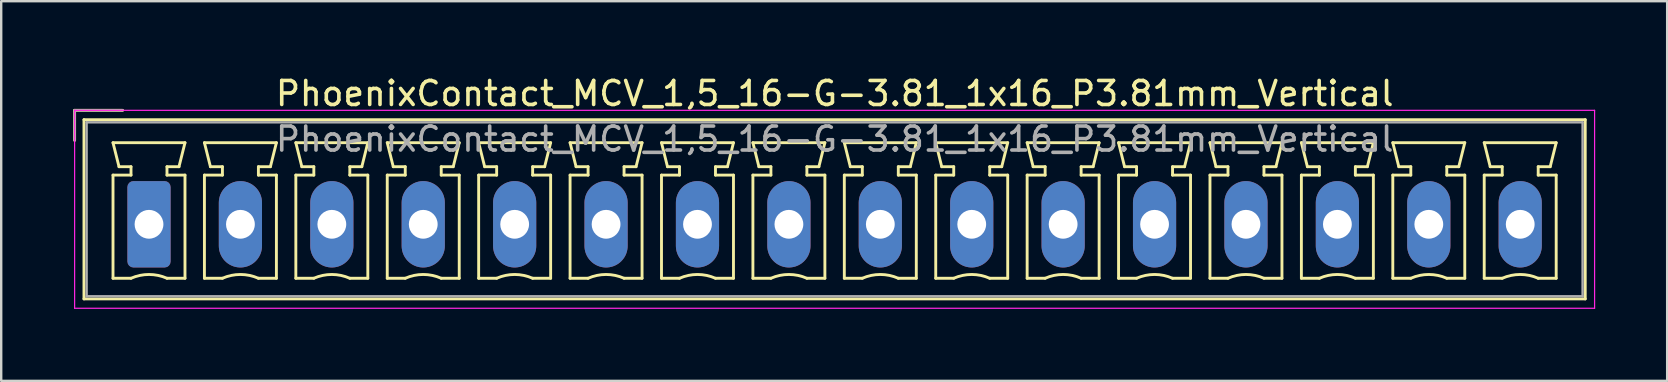
<source format=kicad_pcb>
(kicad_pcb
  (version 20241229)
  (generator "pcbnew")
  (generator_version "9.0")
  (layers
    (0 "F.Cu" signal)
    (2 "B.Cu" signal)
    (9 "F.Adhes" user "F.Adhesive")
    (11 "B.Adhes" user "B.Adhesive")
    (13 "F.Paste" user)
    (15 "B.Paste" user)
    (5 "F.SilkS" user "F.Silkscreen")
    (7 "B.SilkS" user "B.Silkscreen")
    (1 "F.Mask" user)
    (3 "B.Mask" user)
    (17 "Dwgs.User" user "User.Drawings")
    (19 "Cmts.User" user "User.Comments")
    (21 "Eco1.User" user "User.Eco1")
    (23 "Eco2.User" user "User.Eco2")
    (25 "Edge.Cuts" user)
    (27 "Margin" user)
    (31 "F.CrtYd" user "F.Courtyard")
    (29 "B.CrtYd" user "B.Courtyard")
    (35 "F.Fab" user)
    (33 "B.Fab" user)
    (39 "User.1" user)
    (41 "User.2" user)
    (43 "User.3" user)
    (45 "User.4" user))
  (footprint "PhoenixContact_MCV_1,5_16-G-3.81_1x16_P3.81mm_Vertical"
    (layer "F.Cu")
    (at 3.16 6.298)
    (property "Reference" "PhoenixContact_MCV_1,5_16-G-3.81_1x16_P3.81mm_Vertical" (at 28.58 -5.45 0) (layer "F.SilkS") (effects (font (size 1 1) (thickness 0.15))))
    (attr through_hole)
    (fp_line (start -3.1 -4.75) (end -1.1 -4.75) (stroke (width 0.12) (type solid)) (layer "F.SilkS"))
    (fp_line (start -3.1 -3.5) (end -3.1 -4.75) (stroke (width 0.12) (type solid)) (layer "F.SilkS"))
    (fp_line (start -2.71 -4.36) (end -2.71 3.11) (stroke (width 0.12) (type solid)) (layer "F.SilkS"))
    (fp_line (start -2.71 3.11) (end 59.86 3.11) (stroke (width 0.12) (type solid)) (layer "F.SilkS"))
    (fp_line (start -1.5 -3.4) (end 1.5 -3.4) (stroke (width 0.12) (type solid)) (layer "F.SilkS"))
    (fp_line (start -1.5 -2.05) (end -0.75 -2.05) (stroke (width 0.12) (type solid)) (layer "F.SilkS"))
    (fp_line (start -1.5 2.25) (end -1.5 -2.05) (stroke (width 0.12) (type solid)) (layer "F.SilkS"))
    (fp_line (start -1.25 -2.4) (end -1.5 -3.4) (stroke (width 0.12) (type solid)) (layer "F.SilkS"))
    (fp_line (start -0.75 -2.4) (end -1.25 -2.4) (stroke (width 0.12) (type solid)) (layer "F.SilkS"))
    (fp_line (start -0.75 -2.05) (end -0.75 -2.4) (stroke (width 0.12) (type solid)) (layer "F.SilkS"))
    (fp_line (start -0.75 2.25) (end -1.5 2.25) (stroke (width 0.12) (type solid)) (layer "F.SilkS"))
    (fp_line (start 0.75 -2.4) (end 0.75 -2.05) (stroke (width 0.12) (type solid)) (layer "F.SilkS"))
    (fp_line (start 0.75 -2.05) (end 1.5 -2.05) (stroke (width 0.12) (type solid)) (layer "F.SilkS"))
    (fp_line (start 1.25 -2.4) (end 0.75 -2.4) (stroke (width 0.12) (type solid)) (layer "F.SilkS"))
    (fp_line (start 1.5 -3.4) (end 1.25 -2.4) (stroke (width 0.12) (type solid)) (layer "F.SilkS"))
    (fp_line (start 1.5 -2.05) (end 1.5 2.25) (stroke (width 0.12) (type solid)) (layer "F.SilkS"))
    (fp_line (start 1.5 2.25) (end 0.75 2.25) (stroke (width 0.12) (type solid)) (layer "F.SilkS"))
    (fp_line (start 2.31 -3.4) (end 5.31 -3.4) (stroke (width 0.12) (type solid)) (layer "F.SilkS"))
    (fp_line (start 2.31 -2.05) (end 3.06 -2.05) (stroke (width 0.12) (type solid)) (layer "F.SilkS"))
    (fp_line (start 2.31 2.25) (end 2.31 -2.05) (stroke (width 0.12) (type solid)) (layer "F.SilkS"))
    (fp_line (start 2.56 -2.4) (end 2.31 -3.4) (stroke (width 0.12) (type solid)) (layer "F.SilkS"))
    (fp_line (start 3.06 -2.4) (end 2.56 -2.4) (stroke (width 0.12) (type solid)) (layer "F.SilkS"))
    (fp_line (start 3.06 -2.05) (end 3.06 -2.4) (stroke (width 0.12) (type solid)) (layer "F.SilkS"))
    (fp_line (start 3.06 2.25) (end 2.31 2.25) (stroke (width 0.12) (type solid)) (layer "F.SilkS"))
    (fp_line (start 4.56 -2.4) (end 4.56 -2.05) (stroke (width 0.12) (type solid)) (layer "F.SilkS"))
    (fp_line (start 4.56 -2.05) (end 5.31 -2.05) (stroke (width 0.12) (type solid)) (layer "F.SilkS"))
    (fp_line (start 5.06 -2.4) (end 4.56 -2.4) (stroke (width 0.12) (type solid)) (layer "F.SilkS"))
    (fp_line (start 5.31 -3.4) (end 5.06 -2.4) (stroke (width 0.12) (type solid)) (layer "F.SilkS"))
    (fp_line (start 5.31 -2.05) (end 5.31 2.25) (stroke (width 0.12) (type solid)) (layer "F.SilkS"))
    (fp_line (start 5.31 2.25) (end 4.56 2.25) (stroke (width 0.12) (type solid)) (layer "F.SilkS"))
    (fp_line (start 6.12 -3.4) (end 9.12 -3.4) (stroke (width 0.12) (type solid)) (layer "F.SilkS"))
    (fp_line (start 6.12 -2.05) (end 6.87 -2.05) (stroke (width 0.12) (type solid)) (layer "F.SilkS"))
    (fp_line (start 6.12 2.25) (end 6.12 -2.05) (stroke (width 0.12) (type solid)) (layer "F.SilkS"))
    (fp_line (start 6.37 -2.4) (end 6.12 -3.4) (stroke (width 0.12) (type solid)) (layer "F.SilkS"))
    (fp_line (start 6.87 -2.4) (end 6.37 -2.4) (stroke (width 0.12) (type solid)) (layer "F.SilkS"))
    (fp_line (start 6.87 -2.05) (end 6.87 -2.4) (stroke (width 0.12) (type solid)) (layer "F.SilkS"))
    (fp_line (start 6.87 2.25) (end 6.12 2.25) (stroke (width 0.12) (type solid)) (layer "F.SilkS"))
    (fp_line (start 8.37 -2.4) (end 8.37 -2.05) (stroke (width 0.12) (type solid)) (layer "F.SilkS"))
    (fp_line (start 8.37 -2.05) (end 9.12 -2.05) (stroke (width 0.12) (type solid)) (layer "F.SilkS"))
    (fp_line (start 8.87 -2.4) (end 8.37 -2.4) (stroke (width 0.12) (type solid)) (layer "F.SilkS"))
    (fp_line (start 9.12 -3.4) (end 8.87 -2.4) (stroke (width 0.12) (type solid)) (layer "F.SilkS"))
    (fp_line (start 9.12 -2.05) (end 9.12 2.25) (stroke (width 0.12) (type solid)) (layer "F.SilkS"))
    (fp_line (start 9.12 2.25) (end 8.37 2.25) (stroke (width 0.12) (type solid)) (layer "F.SilkS"))
    (fp_line (start 9.93 -3.4) (end 12.93 -3.4) (stroke (width 0.12) (type solid)) (layer "F.SilkS"))
    (fp_line (start 9.93 -2.05) (end 10.68 -2.05) (stroke (width 0.12) (type solid)) (layer "F.SilkS"))
    (fp_line (start 9.93 2.25) (end 9.93 -2.05) (stroke (width 0.12) (type solid)) (layer "F.SilkS"))
    (fp_line (start 10.18 -2.4) (end 9.93 -3.4) (stroke (width 0.12) (type solid)) (layer "F.SilkS"))
    (fp_line (start 10.68 -2.4) (end 10.18 -2.4) (stroke (width 0.12) (type solid)) (layer "F.SilkS"))
    (fp_line (start 10.68 -2.05) (end 10.68 -2.4) (stroke (width 0.12) (type solid)) (layer "F.SilkS"))
    (fp_line (start 10.68 2.25) (end 9.93 2.25) (stroke (width 0.12) (type solid)) (layer "F.SilkS"))
    (fp_line (start 12.18 -2.4) (end 12.18 -2.05) (stroke (width 0.12) (type solid)) (layer "F.SilkS"))
    (fp_line (start 12.18 -2.05) (end 12.93 -2.05) (stroke (width 0.12) (type solid)) (layer "F.SilkS"))
    (fp_line (start 12.68 -2.4) (end 12.18 -2.4) (stroke (width 0.12) (type solid)) (layer "F.SilkS"))
    (fp_line (start 12.93 -3.4) (end 12.68 -2.4) (stroke (width 0.12) (type solid)) (layer "F.SilkS"))
    (fp_line (start 12.93 -2.05) (end 12.93 2.25) (stroke (width 0.12) (type solid)) (layer "F.SilkS"))
    (fp_line (start 12.93 2.25) (end 12.18 2.25) (stroke (width 0.12) (type solid)) (layer "F.SilkS"))
    (fp_line (start 13.74 -3.4) (end 16.74 -3.4) (stroke (width 0.12) (type solid)) (layer "F.SilkS"))
    (fp_line (start 13.74 -2.05) (end 14.49 -2.05) (stroke (width 0.12) (type solid)) (layer "F.SilkS"))
    (fp_line (start 13.74 2.25) (end 13.74 -2.05) (stroke (width 0.12) (type solid)) (layer "F.SilkS"))
    (fp_line (start 13.99 -2.4) (end 13.74 -3.4) (stroke (width 0.12) (type solid)) (layer "F.SilkS"))
    (fp_line (start 14.49 -2.4) (end 13.99 -2.4) (stroke (width 0.12) (type solid)) (layer "F.SilkS"))
    (fp_line (start 14.49 -2.05) (end 14.49 -2.4) (stroke (width 0.12) (type solid)) (layer "F.SilkS"))
    (fp_line (start 14.49 2.25) (end 13.74 2.25) (stroke (width 0.12) (type solid)) (layer "F.SilkS"))
    (fp_line (start 15.99 -2.4) (end 15.99 -2.05) (stroke (width 0.12) (type solid)) (layer "F.SilkS"))
    (fp_line (start 15.99 -2.05) (end 16.74 -2.05) (stroke (width 0.12) (type solid)) (layer "F.SilkS"))
    (fp_line (start 16.49 -2.4) (end 15.99 -2.4) (stroke (width 0.12) (type solid)) (layer "F.SilkS"))
    (fp_line (start 16.74 -3.4) (end 16.49 -2.4) (stroke (width 0.12) (type solid)) (layer "F.SilkS"))
    (fp_line (start 16.74 -2.05) (end 16.74 2.25) (stroke (width 0.12) (type solid)) (layer "F.SilkS"))
    (fp_line (start 16.74 2.25) (end 15.99 2.25) (stroke (width 0.12) (type solid)) (layer "F.SilkS"))
    (fp_line (start 17.55 -3.4) (end 20.55 -3.4) (stroke (width 0.12) (type solid)) (layer "F.SilkS"))
    (fp_line (start 17.55 -2.05) (end 18.3 -2.05) (stroke (width 0.12) (type solid)) (layer "F.SilkS"))
    (fp_line (start 17.55 2.25) (end 17.55 -2.05) (stroke (width 0.12) (type solid)) (layer "F.SilkS"))
    (fp_line (start 17.8 -2.4) (end 17.55 -3.4) (stroke (width 0.12) (type solid)) (layer "F.SilkS"))
    (fp_line (start 18.3 -2.4) (end 17.8 -2.4) (stroke (width 0.12) (type solid)) (layer "F.SilkS"))
    (fp_line (start 18.3 -2.05) (end 18.3 -2.4) (stroke (width 0.12) (type solid)) (layer "F.SilkS"))
    (fp_line (start 18.3 2.25) (end 17.55 2.25) (stroke (width 0.12) (type solid)) (layer "F.SilkS"))
    (fp_line (start 19.8 -2.4) (end 19.8 -2.05) (stroke (width 0.12) (type solid)) (layer "F.SilkS"))
    (fp_line (start 19.8 -2.05) (end 20.55 -2.05) (stroke (width 0.12) (type solid)) (layer "F.SilkS"))
    (fp_line (start 20.3 -2.4) (end 19.8 -2.4) (stroke (width 0.12) (type solid)) (layer "F.SilkS"))
    (fp_line (start 20.55 -3.4) (end 20.3 -2.4) (stroke (width 0.12) (type solid)) (layer "F.SilkS"))
    (fp_line (start 20.55 -2.05) (end 20.55 2.25) (stroke (width 0.12) (type solid)) (layer "F.SilkS"))
    (fp_line (start 20.55 2.25) (end 19.8 2.25) (stroke (width 0.12) (type solid)) (layer "F.SilkS"))
    (fp_line (start 21.36 -3.4) (end 24.36 -3.4) (stroke (width 0.12) (type solid)) (layer "F.SilkS"))
    (fp_line (start 21.36 -2.05) (end 22.11 -2.05) (stroke (width 0.12) (type solid)) (layer "F.SilkS"))
    (fp_line (start 21.36 2.25) (end 21.36 -2.05) (stroke (width 0.12) (type solid)) (layer "F.SilkS"))
    (fp_line (start 21.61 -2.4) (end 21.36 -3.4) (stroke (width 0.12) (type solid)) (layer "F.SilkS"))
    (fp_line (start 22.11 -2.4) (end 21.61 -2.4) (stroke (width 0.12) (type solid)) (layer "F.SilkS"))
    (fp_line (start 22.11 -2.05) (end 22.11 -2.4) (stroke (width 0.12) (type solid)) (layer "F.SilkS"))
    (fp_line (start 22.11 2.25) (end 21.36 2.25) (stroke (width 0.12) (type solid)) (layer "F.SilkS"))
    (fp_line (start 23.61 -2.4) (end 23.61 -2.05) (stroke (width 0.12) (type solid)) (layer "F.SilkS"))
    (fp_line (start 23.61 -2.05) (end 24.36 -2.05) (stroke (width 0.12) (type solid)) (layer "F.SilkS"))
    (fp_line (start 24.11 -2.4) (end 23.61 -2.4) (stroke (width 0.12) (type solid)) (layer "F.SilkS"))
    (fp_line (start 24.36 -3.4) (end 24.11 -2.4) (stroke (width 0.12) (type solid)) (layer "F.SilkS"))
    (fp_line (start 24.36 -2.05) (end 24.36 2.25) (stroke (width 0.12) (type solid)) (layer "F.SilkS"))
    (fp_line (start 24.36 2.25) (end 23.61 2.25) (stroke (width 0.12) (type solid)) (layer "F.SilkS"))
    (fp_line (start 25.17 -3.4) (end 28.17 -3.4) (stroke (width 0.12) (type solid)) (layer "F.SilkS"))
    (fp_line (start 25.17 -2.05) (end 25.92 -2.05) (stroke (width 0.12) (type solid)) (layer "F.SilkS"))
    (fp_line (start 25.17 2.25) (end 25.17 -2.05) (stroke (width 0.12) (type solid)) (layer "F.SilkS"))
    (fp_line (start 25.42 -2.4) (end 25.17 -3.4) (stroke (width 0.12) (type solid)) (layer "F.SilkS"))
    (fp_line (start 25.92 -2.4) (end 25.42 -2.4) (stroke (width 0.12) (type solid)) (layer "F.SilkS"))
    (fp_line (start 25.92 -2.05) (end 25.92 -2.4) (stroke (width 0.12) (type solid)) (layer "F.SilkS"))
    (fp_line (start 25.92 2.25) (end 25.17 2.25) (stroke (width 0.12) (type solid)) (layer "F.SilkS"))
    (fp_line (start 27.42 -2.4) (end 27.42 -2.05) (stroke (width 0.12) (type solid)) (layer "F.SilkS"))
    (fp_line (start 27.42 -2.05) (end 28.17 -2.05) (stroke (width 0.12) (type solid)) (layer "F.SilkS"))
    (fp_line (start 27.92 -2.4) (end 27.42 -2.4) (stroke (width 0.12) (type solid)) (layer "F.SilkS"))
    (fp_line (start 28.17 -3.4) (end 27.92 -2.4) (stroke (width 0.12) (type solid)) (layer "F.SilkS"))
    (fp_line (start 28.17 -2.05) (end 28.17 2.25) (stroke (width 0.12) (type solid)) (layer "F.SilkS"))
    (fp_line (start 28.17 2.25) (end 27.42 2.25) (stroke (width 0.12) (type solid)) (layer "F.SilkS"))
    (fp_line (start 28.98 -3.4) (end 31.98 -3.4) (stroke (width 0.12) (type solid)) (layer "F.SilkS"))
    (fp_line (start 28.98 -2.05) (end 29.73 -2.05) (stroke (width 0.12) (type solid)) (layer "F.SilkS"))
    (fp_line (start 28.98 2.25) (end 28.98 -2.05) (stroke (width 0.12) (type solid)) (layer "F.SilkS"))
    (fp_line (start 29.23 -2.4) (end 28.98 -3.4) (stroke (width 0.12) (type solid)) (layer "F.SilkS"))
    (fp_line (start 29.73 -2.4) (end 29.23 -2.4) (stroke (width 0.12) (type solid)) (layer "F.SilkS"))
    (fp_line (start 29.73 -2.05) (end 29.73 -2.4) (stroke (width 0.12) (type solid)) (layer "F.SilkS"))
    (fp_line (start 29.73 2.25) (end 28.98 2.25) (stroke (width 0.12) (type solid)) (layer "F.SilkS"))
    (fp_line (start 31.23 -2.4) (end 31.23 -2.05) (stroke (width 0.12) (type solid)) (layer "F.SilkS"))
    (fp_line (start 31.23 -2.05) (end 31.98 -2.05) (stroke (width 0.12) (type solid)) (layer "F.SilkS"))
    (fp_line (start 31.73 -2.4) (end 31.23 -2.4) (stroke (width 0.12) (type solid)) (layer "F.SilkS"))
    (fp_line (start 31.98 -3.4) (end 31.73 -2.4) (stroke (width 0.12) (type solid)) (layer "F.SilkS"))
    (fp_line (start 31.98 -2.05) (end 31.98 2.25) (stroke (width 0.12) (type solid)) (layer "F.SilkS"))
    (fp_line (start 31.98 2.25) (end 31.23 2.25) (stroke (width 0.12) (type solid)) (layer "F.SilkS"))
    (fp_line (start 32.79 -3.4) (end 35.79 -3.4) (stroke (width 0.12) (type solid)) (layer "F.SilkS"))
    (fp_line (start 32.79 -2.05) (end 33.54 -2.05) (stroke (width 0.12) (type solid)) (layer "F.SilkS"))
    (fp_line (start 32.79 2.25) (end 32.79 -2.05) (stroke (width 0.12) (type solid)) (layer "F.SilkS"))
    (fp_line (start 33.04 -2.4) (end 32.79 -3.4) (stroke (width 0.12) (type solid)) (layer "F.SilkS"))
    (fp_line (start 33.54 -2.4) (end 33.04 -2.4) (stroke (width 0.12) (type solid)) (layer "F.SilkS"))
    (fp_line (start 33.54 -2.05) (end 33.54 -2.4) (stroke (width 0.12) (type solid)) (layer "F.SilkS"))
    (fp_line (start 33.54 2.25) (end 32.79 2.25) (stroke (width 0.12) (type solid)) (layer "F.SilkS"))
    (fp_line (start 35.04 -2.4) (end 35.04 -2.05) (stroke (width 0.12) (type solid)) (layer "F.SilkS"))
    (fp_line (start 35.04 -2.05) (end 35.79 -2.05) (stroke (width 0.12) (type solid)) (layer "F.SilkS"))
    (fp_line (start 35.54 -2.4) (end 35.04 -2.4) (stroke (width 0.12) (type solid)) (layer "F.SilkS"))
    (fp_line (start 35.79 -3.4) (end 35.54 -2.4) (stroke (width 0.12) (type solid)) (layer "F.SilkS"))
    (fp_line (start 35.79 -2.05) (end 35.79 2.25) (stroke (width 0.12) (type solid)) (layer "F.SilkS"))
    (fp_line (start 35.79 2.25) (end 35.04 2.25) (stroke (width 0.12) (type solid)) (layer "F.SilkS"))
    (fp_line (start 36.6 -3.4) (end 39.6 -3.4) (stroke (width 0.12) (type solid)) (layer "F.SilkS"))
    (fp_line (start 36.6 -2.05) (end 37.35 -2.05) (stroke (width 0.12) (type solid)) (layer "F.SilkS"))
    (fp_line (start 36.6 2.25) (end 36.6 -2.05) (stroke (width 0.12) (type solid)) (layer "F.SilkS"))
    (fp_line (start 36.85 -2.4) (end 36.6 -3.4) (stroke (width 0.12) (type solid)) (layer "F.SilkS"))
    (fp_line (start 37.35 -2.4) (end 36.85 -2.4) (stroke (width 0.12) (type solid)) (layer "F.SilkS"))
    (fp_line (start 37.35 -2.05) (end 37.35 -2.4) (stroke (width 0.12) (type solid)) (layer "F.SilkS"))
    (fp_line (start 37.35 2.25) (end 36.6 2.25) (stroke (width 0.12) (type solid)) (layer "F.SilkS"))
    (fp_line (start 38.85 -2.4) (end 38.85 -2.05) (stroke (width 0.12) (type solid)) (layer "F.SilkS"))
    (fp_line (start 38.85 -2.05) (end 39.6 -2.05) (stroke (width 0.12) (type solid)) (layer "F.SilkS"))
    (fp_line (start 39.35 -2.4) (end 38.85 -2.4) (stroke (width 0.12) (type solid)) (layer "F.SilkS"))
    (fp_line (start 39.6 -3.4) (end 39.35 -2.4) (stroke (width 0.12) (type solid)) (layer "F.SilkS"))
    (fp_line (start 39.6 -2.05) (end 39.6 2.25) (stroke (width 0.12) (type solid)) (layer "F.SilkS"))
    (fp_line (start 39.6 2.25) (end 38.85 2.25) (stroke (width 0.12) (type solid)) (layer "F.SilkS"))
    (fp_line (start 40.41 -3.4) (end 43.41 -3.4) (stroke (width 0.12) (type solid)) (layer "F.SilkS"))
    (fp_line (start 40.41 -2.05) (end 41.16 -2.05) (stroke (width 0.12) (type solid)) (layer "F.SilkS"))
    (fp_line (start 40.41 2.25) (end 40.41 -2.05) (stroke (width 0.12) (type solid)) (layer "F.SilkS"))
    (fp_line (start 40.66 -2.4) (end 40.41 -3.4) (stroke (width 0.12) (type solid)) (layer "F.SilkS"))
    (fp_line (start 41.16 -2.4) (end 40.66 -2.4) (stroke (width 0.12) (type solid)) (layer "F.SilkS"))
    (fp_line (start 41.16 -2.05) (end 41.16 -2.4) (stroke (width 0.12) (type solid)) (layer "F.SilkS"))
    (fp_line (start 41.16 2.25) (end 40.41 2.25) (stroke (width 0.12) (type solid)) (layer "F.SilkS"))
    (fp_line (start 42.66 -2.4) (end 42.66 -2.05) (stroke (width 0.12) (type solid)) (layer "F.SilkS"))
    (fp_line (start 42.66 -2.05) (end 43.41 -2.05) (stroke (width 0.12) (type solid)) (layer "F.SilkS"))
    (fp_line (start 43.16 -2.4) (end 42.66 -2.4) (stroke (width 0.12) (type solid)) (layer "F.SilkS"))
    (fp_line (start 43.41 -3.4) (end 43.16 -2.4) (stroke (width 0.12) (type solid)) (layer "F.SilkS"))
    (fp_line (start 43.41 -2.05) (end 43.41 2.25) (stroke (width 0.12) (type solid)) (layer "F.SilkS"))
    (fp_line (start 43.41 2.25) (end 42.66 2.25) (stroke (width 0.12) (type solid)) (layer "F.SilkS"))
    (fp_line (start 44.22 -3.4) (end 47.22 -3.4) (stroke (width 0.12) (type solid)) (layer "F.SilkS"))
    (fp_line (start 44.22 -2.05) (end 44.97 -2.05) (stroke (width 0.12) (type solid)) (layer "F.SilkS"))
    (fp_line (start 44.22 2.25) (end 44.22 -2.05) (stroke (width 0.12) (type solid)) (layer "F.SilkS"))
    (fp_line (start 44.47 -2.4) (end 44.22 -3.4) (stroke (width 0.12) (type solid)) (layer "F.SilkS"))
    (fp_line (start 44.97 -2.4) (end 44.47 -2.4) (stroke (width 0.12) (type solid)) (layer "F.SilkS"))
    (fp_line (start 44.97 -2.05) (end 44.97 -2.4) (stroke (width 0.12) (type solid)) (layer "F.SilkS"))
    (fp_line (start 44.97 2.25) (end 44.22 2.25) (stroke (width 0.12) (type solid)) (layer "F.SilkS"))
    (fp_line (start 46.47 -2.4) (end 46.47 -2.05) (stroke (width 0.12) (type solid)) (layer "F.SilkS"))
    (fp_line (start 46.47 -2.05) (end 47.22 -2.05) (stroke (width 0.12) (type solid)) (layer "F.SilkS"))
    (fp_line (start 46.97 -2.4) (end 46.47 -2.4) (stroke (width 0.12) (type solid)) (layer "F.SilkS"))
    (fp_line (start 47.22 -3.4) (end 46.97 -2.4) (stroke (width 0.12) (type solid)) (layer "F.SilkS"))
    (fp_line (start 47.22 -2.05) (end 47.22 2.25) (stroke (width 0.12) (type solid)) (layer "F.SilkS"))
    (fp_line (start 47.22 2.25) (end 46.47 2.25) (stroke (width 0.12) (type solid)) (layer "F.SilkS"))
    (fp_line (start 48.03 -3.4) (end 51.03 -3.4) (stroke (width 0.12) (type solid)) (layer "F.SilkS"))
    (fp_line (start 48.03 -2.05) (end 48.78 -2.05) (stroke (width 0.12) (type solid)) (layer "F.SilkS"))
    (fp_line (start 48.03 2.25) (end 48.03 -2.05) (stroke (width 0.12) (type solid)) (layer "F.SilkS"))
    (fp_line (start 48.28 -2.4) (end 48.03 -3.4) (stroke (width 0.12) (type solid)) (layer "F.SilkS"))
    (fp_line (start 48.78 -2.4) (end 48.28 -2.4) (stroke (width 0.12) (type solid)) (layer "F.SilkS"))
    (fp_line (start 48.78 -2.05) (end 48.78 -2.4) (stroke (width 0.12) (type solid)) (layer "F.SilkS"))
    (fp_line (start 48.78 2.25) (end 48.03 2.25) (stroke (width 0.12) (type solid)) (layer "F.SilkS"))
    (fp_line (start 50.28 -2.4) (end 50.28 -2.05) (stroke (width 0.12) (type solid)) (layer "F.SilkS"))
    (fp_line (start 50.28 -2.05) (end 51.03 -2.05) (stroke (width 0.12) (type solid)) (layer "F.SilkS"))
    (fp_line (start 50.78 -2.4) (end 50.28 -2.4) (stroke (width 0.12) (type solid)) (layer "F.SilkS"))
    (fp_line (start 51.03 -3.4) (end 50.78 -2.4) (stroke (width 0.12) (type solid)) (layer "F.SilkS"))
    (fp_line (start 51.03 -2.05) (end 51.03 2.25) (stroke (width 0.12) (type solid)) (layer "F.SilkS"))
    (fp_line (start 51.03 2.25) (end 50.28 2.25) (stroke (width 0.12) (type solid)) (layer "F.SilkS"))
    (fp_line (start 51.84 -3.4) (end 54.84 -3.4) (stroke (width 0.12) (type solid)) (layer "F.SilkS"))
    (fp_line (start 51.84 -2.05) (end 52.59 -2.05) (stroke (width 0.12) (type solid)) (layer "F.SilkS"))
    (fp_line (start 51.84 2.25) (end 51.84 -2.05) (stroke (width 0.12) (type solid)) (layer "F.SilkS"))
    (fp_line (start 52.09 -2.4) (end 51.84 -3.4) (stroke (width 0.12) (type solid)) (layer "F.SilkS"))
    (fp_line (start 52.59 -2.4) (end 52.09 -2.4) (stroke (width 0.12) (type solid)) (layer "F.SilkS"))
    (fp_line (start 52.59 -2.05) (end 52.59 -2.4) (stroke (width 0.12) (type solid)) (layer "F.SilkS"))
    (fp_line (start 52.59 2.25) (end 51.84 2.25) (stroke (width 0.12) (type solid)) (layer "F.SilkS"))
    (fp_line (start 54.09 -2.4) (end 54.09 -2.05) (stroke (width 0.12) (type solid)) (layer "F.SilkS"))
    (fp_line (start 54.09 -2.05) (end 54.84 -2.05) (stroke (width 0.12) (type solid)) (layer "F.SilkS"))
    (fp_line (start 54.59 -2.4) (end 54.09 -2.4) (stroke (width 0.12) (type solid)) (layer "F.SilkS"))
    (fp_line (start 54.84 -3.4) (end 54.59 -2.4) (stroke (width 0.12) (type solid)) (layer "F.SilkS"))
    (fp_line (start 54.84 -2.05) (end 54.84 2.25) (stroke (width 0.12) (type solid)) (layer "F.SilkS"))
    (fp_line (start 54.84 2.25) (end 54.09 2.25) (stroke (width 0.12) (type solid)) (layer "F.SilkS"))
    (fp_line (start 55.65 -3.4) (end 58.65 -3.4) (stroke (width 0.12) (type solid)) (layer "F.SilkS"))
    (fp_line (start 55.65 -2.05) (end 56.4 -2.05) (stroke (width 0.12) (type solid)) (layer "F.SilkS"))
    (fp_line (start 55.65 2.25) (end 55.65 -2.05) (stroke (width 0.12) (type solid)) (layer "F.SilkS"))
    (fp_line (start 55.9 -2.4) (end 55.65 -3.4) (stroke (width 0.12) (type solid)) (layer "F.SilkS"))
    (fp_line (start 56.4 -2.4) (end 55.9 -2.4) (stroke (width 0.12) (type solid)) (layer "F.SilkS"))
    (fp_line (start 56.4 -2.05) (end 56.4 -2.4) (stroke (width 0.12) (type solid)) (layer "F.SilkS"))
    (fp_line (start 56.4 2.25) (end 55.65 2.25) (stroke (width 0.12) (type solid)) (layer "F.SilkS"))
    (fp_line (start 57.9 -2.4) (end 57.9 -2.05) (stroke (width 0.12) (type solid)) (layer "F.SilkS"))
    (fp_line (start 57.9 -2.05) (end 58.65 -2.05) (stroke (width 0.12) (type solid)) (layer "F.SilkS"))
    (fp_line (start 58.4 -2.4) (end 57.9 -2.4) (stroke (width 0.12) (type solid)) (layer "F.SilkS"))
    (fp_line (start 58.65 -3.4) (end 58.4 -2.4) (stroke (width 0.12) (type solid)) (layer "F.SilkS"))
    (fp_line (start 58.65 -2.05) (end 58.65 2.25) (stroke (width 0.12) (type solid)) (layer "F.SilkS"))
    (fp_line (start 58.65 2.25) (end 57.9 2.25) (stroke (width 0.12) (type solid)) (layer "F.SilkS"))
    (fp_line (start 59.86 -4.36) (end -2.71 -4.36) (stroke (width 0.12) (type solid)) (layer "F.SilkS"))
    (fp_line (start 59.86 3.11) (end 59.86 -4.36) (stroke (width 0.12) (type solid)) (layer "F.SilkS"))
    (fp_arc (start -0.75 2.25) (mid -0.000193 2.09191) (end 0.749647 2.249844) (stroke (width 0.12) (type solid)) (layer "F.SilkS"))
    (fp_arc (start 3.06 2.25) (mid 3.809807 2.09191) (end 4.559647 2.249844) (stroke (width 0.12) (type solid)) (layer "F.SilkS"))
    (fp_arc (start 6.87 2.25) (mid 7.619807 2.09191) (end 8.369647 2.249844) (stroke (width 0.12) (type solid)) (layer "F.SilkS"))
    (fp_arc (start 10.68 2.25) (mid 11.429807 2.09191) (end 12.179647 2.249844) (stroke (width 0.12) (type solid)) (layer "F.SilkS"))
    (fp_arc (start 14.49 2.25) (mid 15.239807 2.09191) (end 15.989647 2.249844) (stroke (width 0.12) (type solid)) (layer "F.SilkS"))
    (fp_arc (start 18.3 2.25) (mid 19.049807 2.09191) (end 19.799647 2.249844) (stroke (width 0.12) (type solid)) (layer "F.SilkS"))
    (fp_arc (start 22.11 2.25) (mid 22.859807 2.09191) (end 23.609647 2.249844) (stroke (width 0.12) (type solid)) (layer "F.SilkS"))
    (fp_arc (start 25.92 2.25) (mid 26.669807 2.09191) (end 27.419647 2.249844) (stroke (width 0.12) (type solid)) (layer "F.SilkS"))
    (fp_arc (start 29.73 2.25) (mid 30.479807 2.09191) (end 31.229647 2.249844) (stroke (width 0.12) (type solid)) (layer "F.SilkS"))
    (fp_arc (start 33.54 2.25) (mid 34.289807 2.09191) (end 35.039647 2.249844) (stroke (width 0.12) (type solid)) (layer "F.SilkS"))
    (fp_arc (start 37.35 2.25) (mid 38.099807 2.09191) (end 38.849647 2.249844) (stroke (width 0.12) (type solid)) (layer "F.SilkS"))
    (fp_arc (start 41.16 2.25) (mid 41.909807 2.09191) (end 42.659647 2.249844) (stroke (width 0.12) (type solid)) (layer "F.SilkS"))
    (fp_arc (start 44.97 2.25) (mid 45.719807 2.09191) (end 46.469647 2.249844) (stroke (width 0.12) (type solid)) (layer "F.SilkS"))
    (fp_arc (start 48.78 2.25) (mid 49.529807 2.09191) (end 50.279647 2.249844) (stroke (width 0.12) (type solid)) (layer "F.SilkS"))
    (fp_arc (start 52.59 2.25) (mid 53.339807 2.09191) (end 54.089647 2.249844) (stroke (width 0.12) (type solid)) (layer "F.SilkS"))
    (fp_arc (start 56.4 2.25) (mid 57.149807 2.09191) (end 57.899647 2.249844) (stroke (width 0.12) (type solid)) (layer "F.SilkS"))
    (fp_line (start -3.1 -4.75) (end -3.1 3.5) (stroke (width 0.05) (type solid)) (layer "F.CrtYd"))
    (fp_line (start -3.1 3.5) (end 60.25 3.5) (stroke (width 0.05) (type solid)) (layer "F.CrtYd"))
    (fp_line (start 60.25 -4.75) (end -3.1 -4.75) (stroke (width 0.05) (type solid)) (layer "F.CrtYd"))
    (fp_line (start 60.25 3.5) (end 60.25 -4.75) (stroke (width 0.05) (type solid)) (layer "F.CrtYd"))
    (fp_line (start -3.1 -4.75) (end -1.1 -4.75) (stroke (width 0.1) (type solid)) (layer "F.Fab"))
    (fp_line (start -3.1 -3.5) (end -3.1 -4.75) (stroke (width 0.1) (type solid)) (layer "F.Fab"))
    (fp_line (start -2.6 -4.25) (end -2.6 3) (stroke (width 0.1) (type solid)) (layer "F.Fab"))
    (fp_line (start -2.6 3) (end 59.75 3) (stroke (width 0.1) (type solid)) (layer "F.Fab"))
    (fp_line (start 59.75 -4.25) (end -2.6 -4.25) (stroke (width 0.1) (type solid)) (layer "F.Fab"))
    (fp_line (start 59.75 3) (end 59.75 -4.25) (stroke (width 0.1) (type solid)) (layer "F.Fab"))
    (fp_text user "${REFERENCE}" (at 28.58 -3.55 0) (layer "F.Fab") (effects (font (size 1 1) (thickness 0.15))))
    (pad "1" thru_hole roundrect (at 0 0) (size 1.8 3.6) (drill 1.2) (layers "*.Cu" "*.Mask") (roundrect_rratio 0.139))
    (pad "2" thru_hole oval (at 3.81 0) (size 1.8 3.6) (drill 1.2) (layers "*.Cu" "*.Mask"))
    (pad "3" thru_hole oval (at 7.62 0) (size 1.8 3.6) (drill 1.2) (layers "*.Cu" "*.Mask"))
    (pad "4" thru_hole oval (at 11.43 0) (size 1.8 3.6) (drill 1.2) (layers "*.Cu" "*.Mask"))
    (pad "5" thru_hole oval (at 15.24 0) (size 1.8 3.6) (drill 1.2) (layers "*.Cu" "*.Mask"))
    (pad "6" thru_hole oval (at 19.05 0) (size 1.8 3.6) (drill 1.2) (layers "*.Cu" "*.Mask"))
    (pad "7" thru_hole oval (at 22.86 0) (size 1.8 3.6) (drill 1.2) (layers "*.Cu" "*.Mask"))
    (pad "8" thru_hole oval (at 26.67 0) (size 1.8 3.6) (drill 1.2) (layers "*.Cu" "*.Mask"))
    (pad "9" thru_hole oval (at 30.48 0) (size 1.8 3.6) (drill 1.2) (layers "*.Cu" "*.Mask"))
    (pad "10" thru_hole oval (at 34.29 0) (size 1.8 3.6) (drill 1.2) (layers "*.Cu" "*.Mask"))
    (pad "11" thru_hole oval (at 38.1 0) (size 1.8 3.6) (drill 1.2) (layers "*.Cu" "*.Mask"))
    (pad "12" thru_hole oval (at 41.91 0) (size 1.8 3.6) (drill 1.2) (layers "*.Cu" "*.Mask"))
    (pad "13" thru_hole oval (at 45.72 0) (size 1.8 3.6) (drill 1.2) (layers "*.Cu" "*.Mask"))
    (pad "14" thru_hole oval (at 49.53 0) (size 1.8 3.6) (drill 1.2) (layers "*.Cu" "*.Mask"))
    (pad "15" thru_hole oval (at 53.34 0) (size 1.8 3.6) (drill 1.2) (layers "*.Cu" "*.Mask"))
    (pad "16" thru_hole oval (at 57.15 0) (size 1.8 3.6) (drill 1.2) (layers "*.Cu" "*.Mask")))
  (gr_rect
    (start -3 -3)
    (end 66.435 12.823)
    (stroke (width 0.1) (type default))
    (fill no)
    (layer "Edge.Cuts")))
</source>
